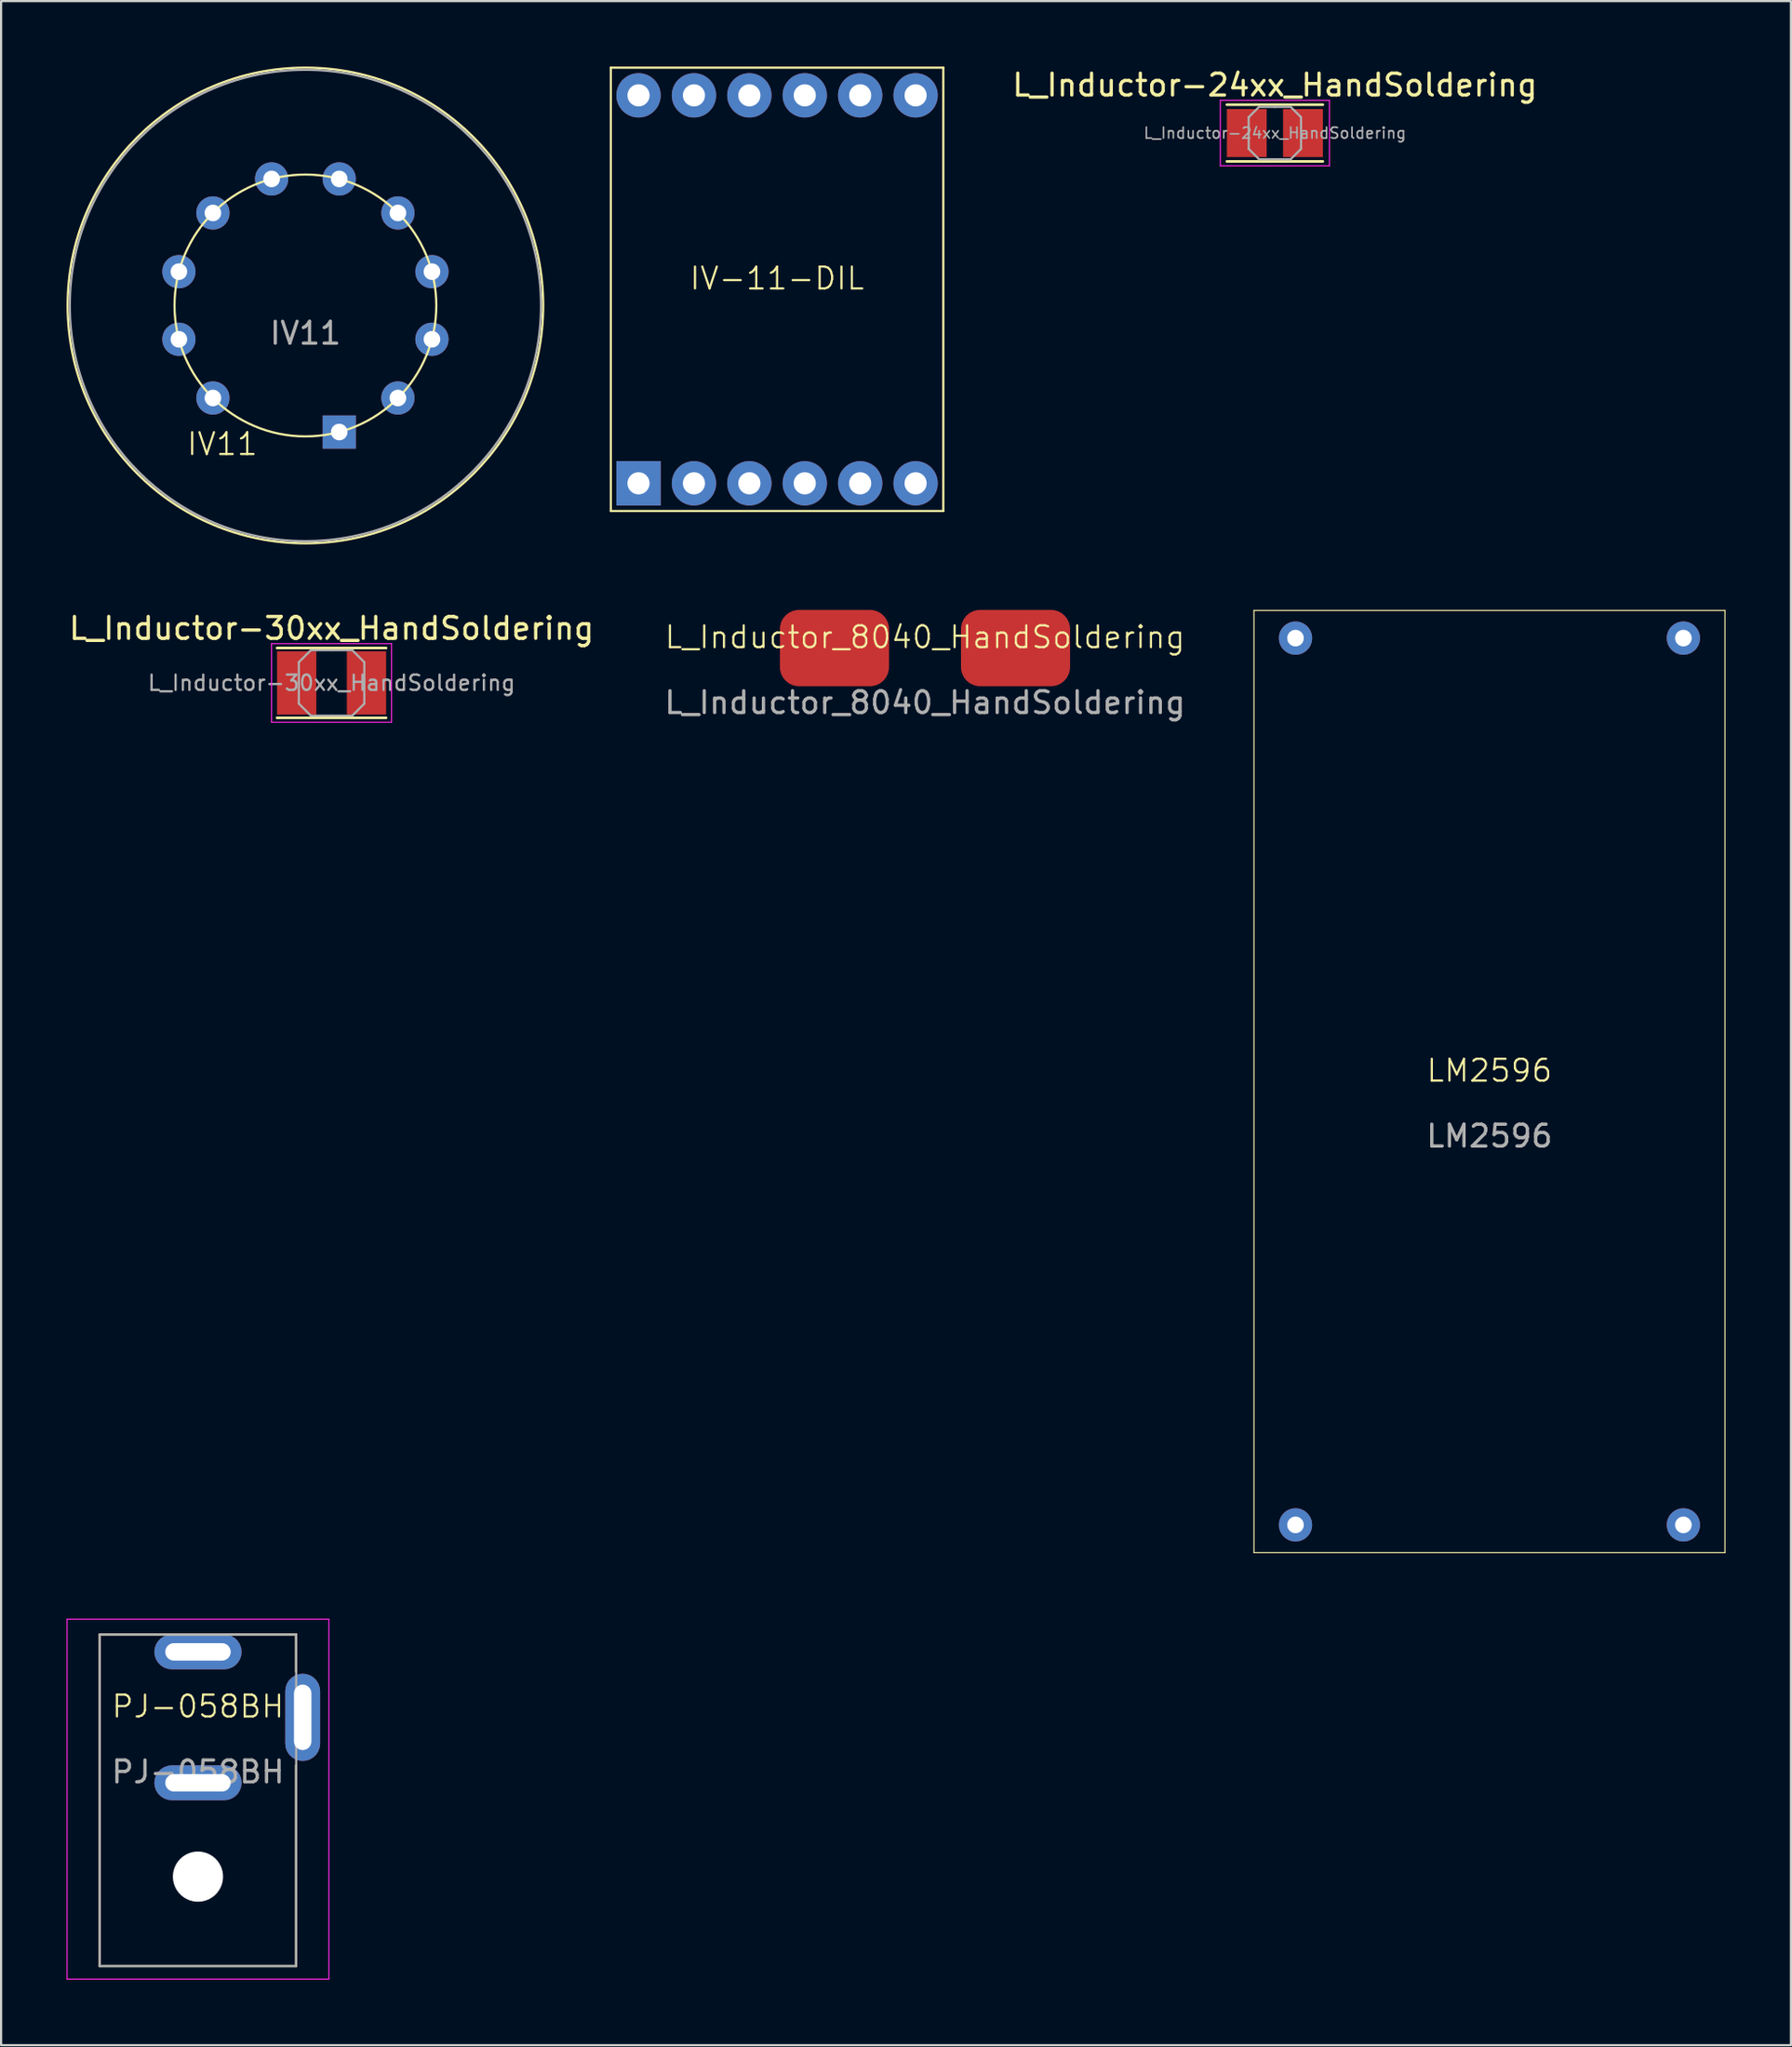
<source format=kicad_pcb>
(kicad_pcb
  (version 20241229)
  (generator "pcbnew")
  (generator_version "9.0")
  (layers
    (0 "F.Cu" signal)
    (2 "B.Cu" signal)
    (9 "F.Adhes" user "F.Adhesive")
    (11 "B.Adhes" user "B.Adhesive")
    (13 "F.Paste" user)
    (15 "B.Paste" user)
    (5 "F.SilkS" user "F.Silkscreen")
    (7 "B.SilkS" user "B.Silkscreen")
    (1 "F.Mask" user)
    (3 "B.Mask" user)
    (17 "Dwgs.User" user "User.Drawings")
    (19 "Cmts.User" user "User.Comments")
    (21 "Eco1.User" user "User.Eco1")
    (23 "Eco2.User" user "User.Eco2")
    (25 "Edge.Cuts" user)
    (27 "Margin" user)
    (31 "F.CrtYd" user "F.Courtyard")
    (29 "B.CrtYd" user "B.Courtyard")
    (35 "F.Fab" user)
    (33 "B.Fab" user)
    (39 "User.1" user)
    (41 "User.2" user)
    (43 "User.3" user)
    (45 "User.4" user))
  (footprint "L_Inductor-24xx_HandSoldering"
    (layer "F.Cu")
    (at 55.389 3.048)
    (property "Reference" "L_Inductor-24xx_HandSoldering" (at 0 -2.2 0) (layer "F.SilkS") (effects (font (size 1 1) (thickness 0.15))))
    (attr smd)
    (fp_line (start -2.2 -1.3) (end 2.2 -1.3) (stroke (width 0.12) (type solid)) (layer "F.SilkS"))
    (fp_line (start -2.2 1.3) (end 2.2 1.3) (stroke (width 0.12) (type solid)) (layer "F.SilkS"))
    (fp_line (start -2.5 -1.5) (end -2.5 1.5) (stroke (width 0.05) (type solid)) (layer "F.CrtYd"))
    (fp_line (start -2.5 1.5) (end 2.5 1.5) (stroke (width 0.05) (type solid)) (layer "F.CrtYd"))
    (fp_line (start 2.5 -1.5) (end -2.5 -1.5) (stroke (width 0.05) (type solid)) (layer "F.CrtYd"))
    (fp_line (start 2.5 1.5) (end 2.5 -1.5) (stroke (width 0.05) (type solid)) (layer "F.CrtYd"))
    (fp_line (start -1.2 -0.725) (end -0.725 -1.2) (stroke (width 0.1) (type solid)) (layer "F.Fab"))
    (fp_line (start -1.2 0) (end -1.2 -0.725) (stroke (width 0.1) (type solid)) (layer "F.Fab"))
    (fp_line (start -1.2 0) (end -1.2 0.725) (stroke (width 0.1) (type solid)) (layer "F.Fab"))
    (fp_line (start -1.2 0.725) (end -0.725 1.2) (stroke (width 0.1) (type solid)) (layer "F.Fab"))
    (fp_line (start -0.725 -1.2) (end 0 -1.2) (stroke (width 0.1) (type solid)) (layer "F.Fab"))
    (fp_line (start -0.725 1.2) (end 0 1.2) (stroke (width 0.1) (type solid)) (layer "F.Fab"))
    (fp_line (start 0.725 -1.2) (end 0 -1.2) (stroke (width 0.1) (type solid)) (layer "F.Fab"))
    (fp_line (start 0.725 1.2) (end 0 1.2) (stroke (width 0.1) (type solid)) (layer "F.Fab"))
    (fp_line (start 1.2 -0.725) (end 0.725 -1.2) (stroke (width 0.1) (type solid)) (layer "F.Fab"))
    (fp_line (start 1.2 0) (end 1.2 -0.725) (stroke (width 0.1) (type solid)) (layer "F.Fab"))
    (fp_line (start 1.2 0) (end 1.2 0.725) (stroke (width 0.1) (type solid)) (layer "F.Fab"))
    (fp_line (start 1.2 0.725) (end 0.725 1.2) (stroke (width 0.1) (type solid)) (layer "F.Fab"))
    (fp_text user "${REFERENCE}" (at 0 0 0) (layer "F.Fab") (effects (font (size 0.5 0.5) (thickness 0.075))))
    (pad "1" smd rect (at -1.288 0) (size 1.825 2.2) (layers "F.Cu" "F.Mask" "F.Paste"))
    (pad "2" smd rect (at 1.288 0) (size 1.825 2.2) (layers "F.Cu" "F.Mask" "F.Paste")))
  (footprint "L_Inductor-30xx_HandSoldering"
    (layer "F.Cu")
    (at 12.149 28.248)
    (property "Reference" "L_Inductor-30xx_HandSoldering" (at 0 -2.5 0) (layer "F.SilkS") (effects (font (size 1 1) (thickness 0.15))))
    (attr smd)
    (fp_line (start -2.5 -1.6) (end 2.5 -1.6) (stroke (width 0.12) (type solid)) (layer "F.SilkS"))
    (fp_line (start -2.5 1.6) (end 2.5 1.6) (stroke (width 0.12) (type solid)) (layer "F.SilkS"))
    (fp_line (start -2.75 -1.8) (end -2.75 1.8) (stroke (width 0.05) (type solid)) (layer "F.CrtYd"))
    (fp_line (start -2.75 1.8) (end 2.75 1.8) (stroke (width 0.05) (type solid)) (layer "F.CrtYd"))
    (fp_line (start 2.75 -1.8) (end -2.75 -1.8) (stroke (width 0.05) (type solid)) (layer "F.CrtYd"))
    (fp_line (start 2.75 1.8) (end 2.75 -1.8) (stroke (width 0.05) (type solid)) (layer "F.CrtYd"))
    (fp_line (start -1.5 -0.95) (end -0.95 -1.5) (stroke (width 0.1) (type solid)) (layer "F.Fab"))
    (fp_line (start -1.5 0) (end -1.5 -0.95) (stroke (width 0.1) (type solid)) (layer "F.Fab"))
    (fp_line (start -1.5 0) (end -1.5 0.95) (stroke (width 0.1) (type solid)) (layer "F.Fab"))
    (fp_line (start -1.5 0.95) (end -0.95 1.5) (stroke (width 0.1) (type solid)) (layer "F.Fab"))
    (fp_line (start -0.95 -1.5) (end 0 -1.5) (stroke (width 0.1) (type solid)) (layer "F.Fab"))
    (fp_line (start -0.95 1.5) (end 0 1.5) (stroke (width 0.1) (type solid)) (layer "F.Fab"))
    (fp_line (start 0.95 -1.5) (end 0 -1.5) (stroke (width 0.1) (type solid)) (layer "F.Fab"))
    (fp_line (start 0.95 1.5) (end 0 1.5) (stroke (width 0.1) (type solid)) (layer "F.Fab"))
    (fp_line (start 1.5 -0.95) (end 0.95 -1.5) (stroke (width 0.1) (type solid)) (layer "F.Fab"))
    (fp_line (start 1.5 0) (end 1.5 -0.95) (stroke (width 0.1) (type solid)) (layer "F.Fab"))
    (fp_line (start 1.5 0) (end 1.5 0.95) (stroke (width 0.1) (type solid)) (layer "F.Fab"))
    (fp_line (start 1.5 0.95) (end 0.95 1.5) (stroke (width 0.1) (type solid)) (layer "F.Fab"))
    (fp_text user "${REFERENCE}" (at 0 0 0) (layer "F.Fab") (effects (font (size 0.7 0.7) (thickness 0.105))))
    (pad "1" smd rect (at -1.6 0) (size 1.8 2.9) (layers "F.Cu" "F.Mask" "F.Paste"))
    (pad "2" smd rect (at 1.6 0) (size 1.8 2.9) (layers "F.Cu" "F.Mask" "F.Paste")))
  (footprint "IV-11-DIL"
    (layer "F.Cu")
    (at 32.57 10.21)
    (property "Reference" "IV-11-DIL" (at 0 -0.5 0) (unlocked yes) (layer "F.SilkS") (effects (font (size 1 1) (thickness 0.1))))
    (attr through_hole)
    (fp_line (start -7.62 -10.16) (end -7.62 10.16) (stroke (width 0.1) (type default)) (layer "F.SilkS"))
    (fp_line (start -7.62 10.16) (end 7.62 10.16) (stroke (width 0.1) (type default)) (layer "F.SilkS"))
    (fp_line (start 7.62 -10.16) (end -7.62 -10.16) (stroke (width 0.1) (type default)) (layer "F.SilkS"))
    (fp_line (start 7.62 10.16) (end 7.62 -10.16) (stroke (width 0.1) (type default)) (layer "F.SilkS"))
    (pad "1" thru_hole rect (at -6.35 8.89) (size 2.032 2.032) (drill 1.016) (layers "*.Cu" "*.Mask"))
    (pad "2" thru_hole circle (at -3.81 8.89) (size 2.032 2.032) (drill 1.016) (layers "*.Cu" "*.Mask"))
    (pad "3" thru_hole circle (at -1.27 8.89) (size 2.032 2.032) (drill 1.016) (layers "*.Cu" "*.Mask"))
    (pad "4" thru_hole circle (at 1.27 8.89) (size 2.032 2.032) (drill 1.016) (layers "*.Cu" "*.Mask"))
    (pad "5" thru_hole circle (at 3.81 8.89) (size 2.032 2.032) (drill 1.016) (layers "*.Cu" "*.Mask"))
    (pad "6" thru_hole circle (at 6.35 8.89) (size 2.032 2.032) (drill 1.016) (layers "*.Cu" "*.Mask"))
    (pad "7" thru_hole circle (at 6.35 -8.89) (size 2.032 2.032) (drill 1.016) (layers "*.Cu" "*.Mask"))
    (pad "8" thru_hole circle (at 3.81 -8.89) (size 2.032 2.032) (drill 1.016) (layers "*.Cu" "*.Mask"))
    (pad "9" thru_hole circle (at 1.27 -8.89) (size 2.032 2.032) (drill 1.016) (layers "*.Cu" "*.Mask"))
    (pad "10" thru_hole circle (at -1.27 -8.89) (size 2.032 2.032) (drill 1.016) (layers "*.Cu" "*.Mask"))
    (pad "11" thru_hole circle (at -3.81 -8.89) (size 2.032 2.032) (drill 1.016) (layers "*.Cu" "*.Mask"))
    (pad "12" thru_hole circle (at -6.35 -8.89) (size 2.032 2.032) (drill 1.016) (layers "*.Cu" "*.Mask")))
  (footprint "IV11"
    (layer "F.Cu")
    (at 10.95 10.95)
    (property "Reference" "IV11" (at -3.81 6.35 0) (unlocked yes) (layer "F.SilkS") (effects (font (size 1 1) (thickness 0.1))))
    (attr through_hole)
    (fp_circle (center 0 0) (end 6 0) (stroke (width 0.1) (type default)) (fill no) (layer "F.SilkS"))
    (fp_circle (center 0 0) (end 10.9 0) (stroke (width 0.1) (type default)) (fill no) (layer "F.SilkS"))
    (fp_circle (center 0 0) (end 0 0) (stroke (width 0.1) (type default)) (fill no) (layer "Margin"))
    (fp_circle (center 0 0) (end 10.8 0) (stroke (width 0.1) (type default)) (fill no) (layer "F.Fab"))
    (fp_text user "${REFERENCE}" (at 0 1.27 0) (unlocked yes) (layer "F.Fab") (effects (font (size 1 1) (thickness 0.15))))
    (pad "1" thru_hole rect (at 1.55 5.8) (size 1.524 1.524) (drill 0.762) (layers "*.Cu" "*.Mask"))
    (pad "2" thru_hole circle (at 4.24 4.24) (size 1.524 1.524) (drill 0.762) (layers "*.Cu" "*.Mask"))
    (pad "3" thru_hole circle (at 5.8 1.55) (size 1.524 1.524) (drill 0.762) (layers "*.Cu" "*.Mask"))
    (pad "4" thru_hole circle (at 5.8 -1.55) (size 1.524 1.524) (drill 0.762) (layers "*.Cu" "*.Mask"))
    (pad "5" thru_hole circle (at 4.24 -4.24) (size 1.524 1.524) (drill 0.762) (layers "*.Cu" "*.Mask"))
    (pad "6" thru_hole circle (at 1.55 -5.8) (size 1.524 1.524) (drill 0.762) (layers "*.Cu" "*.Mask"))
    (pad "7" thru_hole circle (at -1.55 -5.8) (size 1.524 1.524) (drill 0.762) (layers "*.Cu" "*.Mask"))
    (pad "8" thru_hole circle (at -4.24 -4.24) (size 1.524 1.524) (drill 0.762) (layers "*.Cu" "*.Mask"))
    (pad "9" thru_hole circle (at -5.8 -1.55) (size 1.524 1.524) (drill 0.762) (layers "*.Cu" "*.Mask"))
    (pad "10" thru_hole circle (at -5.8 1.55) (size 1.524 1.524) (drill 0.762) (layers "*.Cu" "*.Mask"))
    (pad "11" thru_hole circle (at -4.24 4.24) (size 1.524 1.524) (drill 0.762) (layers "*.Cu" "*.Mask")))
  (footprint "L_Inductor_8040_HandSoldering"
    (layer "F.Cu")
    (at 39.351 26.65)
    (property "Reference" "L_Inductor_8040_HandSoldering" (at 0 -0.5 0) (unlocked yes) (layer "F.SilkS") (effects (font (size 1 1) (thickness 0.1))))
    (attr smd)
    (fp_text user "${REFERENCE}" (at 0 2.5 0) (unlocked yes) (layer "F.Fab") (effects (font (size 1 1) (thickness 0.15))))
    (pad "1" smd roundrect (at -4.15 0) (size 5 3.5) (layers "F.Cu" "F.Mask" "F.Paste") (roundrect_rratio 0.25))
    (pad "2" smd roundrect (at 4.15 0) (size 5 3.5) (layers "F.Cu" "F.Mask" "F.Paste") (roundrect_rratio 0.25)))
  (footprint "LM2596"
    (layer "F.Cu")
    (at 65.225 46.515)
    (property "Reference" "LM2596" (at 0 -0.5 0) (unlocked yes) (layer "F.SilkS") (effects (font (size 1 1) (thickness 0.1))))
    (attr through_hole)
    (fp_line (start -10.795 -21.59) (end 10.795 -21.59) (stroke (width 0.05) (type default)) (layer "F.SilkS"))
    (fp_line (start -10.795 21.59) (end -10.795 -21.59) (stroke (width 0.05) (type default)) (layer "F.SilkS"))
    (fp_line (start 10.795 -21.59) (end 10.795 21.59) (stroke (width 0.05) (type default)) (layer "F.SilkS"))
    (fp_line (start 10.795 21.59) (end -10.795 21.59) (stroke (width 0.05) (type default)) (layer "F.SilkS"))
    (fp_text user "${REFERENCE}" (at 0 2.5 0) (unlocked yes) (layer "F.Fab") (effects (font (size 1 1) (thickness 0.15))))
    (pad "1" thru_hole circle (at -8.89 -20.32) (size 1.524 1.524) (drill 0.762) (layers "*.Cu" "*.Mask"))
    (pad "2" thru_hole circle (at 8.89 -20.32) (size 1.524 1.524) (drill 0.762) (layers "*.Cu" "*.Mask"))
    (pad "3" thru_hole circle (at -8.89 20.32) (size 1.524 1.524) (drill 0.762) (layers "*.Cu" "*.Mask"))
    (pad "4" thru_hole circle (at 8.89 20.32) (size 1.524 1.524) (drill 0.762) (layers "*.Cu" "*.Mask")))
  (footprint "PJ-058BH"
    (layer "F.Cu")
    (at 6.025 75.655)
    (property "Reference" "PJ-058BH" (at 0 -0.5 0) (unlocked yes) (layer "F.SilkS") (effects (font (size 1 1) (thickness 0.1))))
    (attr through_hole)
    (fp_line (start -4.5 -3.8) (end -4.5 11.4) (stroke (width 0.1) (type solid)) (layer "F.SilkS"))
    (fp_line (start -4.5 -3.8) (end 4.5 -3.8) (stroke (width 0.1) (type solid)) (layer "F.SilkS"))
    (fp_line (start -4.5 11.4) (end 4.5 11.4) (stroke (width 0.1) (type solid)) (layer "F.SilkS"))
    (fp_line (start 4.5 -3.8) (end 4.5 -2.1) (stroke (width 0.1) (type solid)) (layer "F.SilkS"))
    (fp_line (start 4.5 11.4) (end 4.5 2.2) (stroke (width 0.1) (type solid)) (layer "F.SilkS"))
    (fp_line (start -6 -4.5) (end 6 -4.5) (stroke (width 0.05) (type solid)) (layer "F.CrtYd"))
    (fp_line (start -6 12) (end -6 -4.5) (stroke (width 0.05) (type solid)) (layer "F.CrtYd"))
    (fp_line (start 6 -4.5) (end 6 12) (stroke (width 0.05) (type solid)) (layer "F.CrtYd"))
    (fp_line (start 6 12) (end -6 12) (stroke (width 0.05) (type solid)) (layer "F.CrtYd"))
    (fp_line (start -4.5 -3.8) (end 4.5 -3.8) (stroke (width 0.1) (type solid)) (layer "F.Fab"))
    (fp_line (start -4.5 11.4) (end -4.5 -3.8) (stroke (width 0.1) (type solid)) (layer "F.Fab"))
    (fp_line (start 4.5 -3.8) (end 4.5 11.4) (stroke (width 0.1) (type solid)) (layer "F.Fab"))
    (fp_line (start 4.5 11.4) (end -4.5 11.4) (stroke (width 0.1) (type solid)) (layer "F.Fab"))
    (fp_text user "${REFERENCE}" (at 0 2.5 0) (unlocked yes) (layer "F.Fab") (effects (font (size 1 1) (thickness 0.15))))
    (pad "" np_thru_hole circle (at 0 7.3) (size 2.3 2.3) (drill 2.3) (layers "*.Cu" "*.Mask"))
    (pad "1" thru_hole roundrect (at 0 -3) (size 4 1.6) (drill oval 3 0.8) (layers "*.Cu" "*.Mask") (roundrect_rratio 0.5))
    (pad "2" thru_hole roundrect (at 0 3) (size 4 1.6) (drill oval 3 0.8) (layers "*.Cu" "*.Mask") (roundrect_rratio 0.5))
    (pad "3" thru_hole roundrect (at 4.8 0 90) (size 4 1.6) (drill oval 3 0.8) (layers "*.Cu" "*.Mask") (roundrect_rratio 0.5)))
  (gr_rect
    (start -3 -3)
    (end 79.045 90.68)
    (stroke (width 0.1) (type default))
    (fill no)
    (layer "Edge.Cuts")))
</source>
